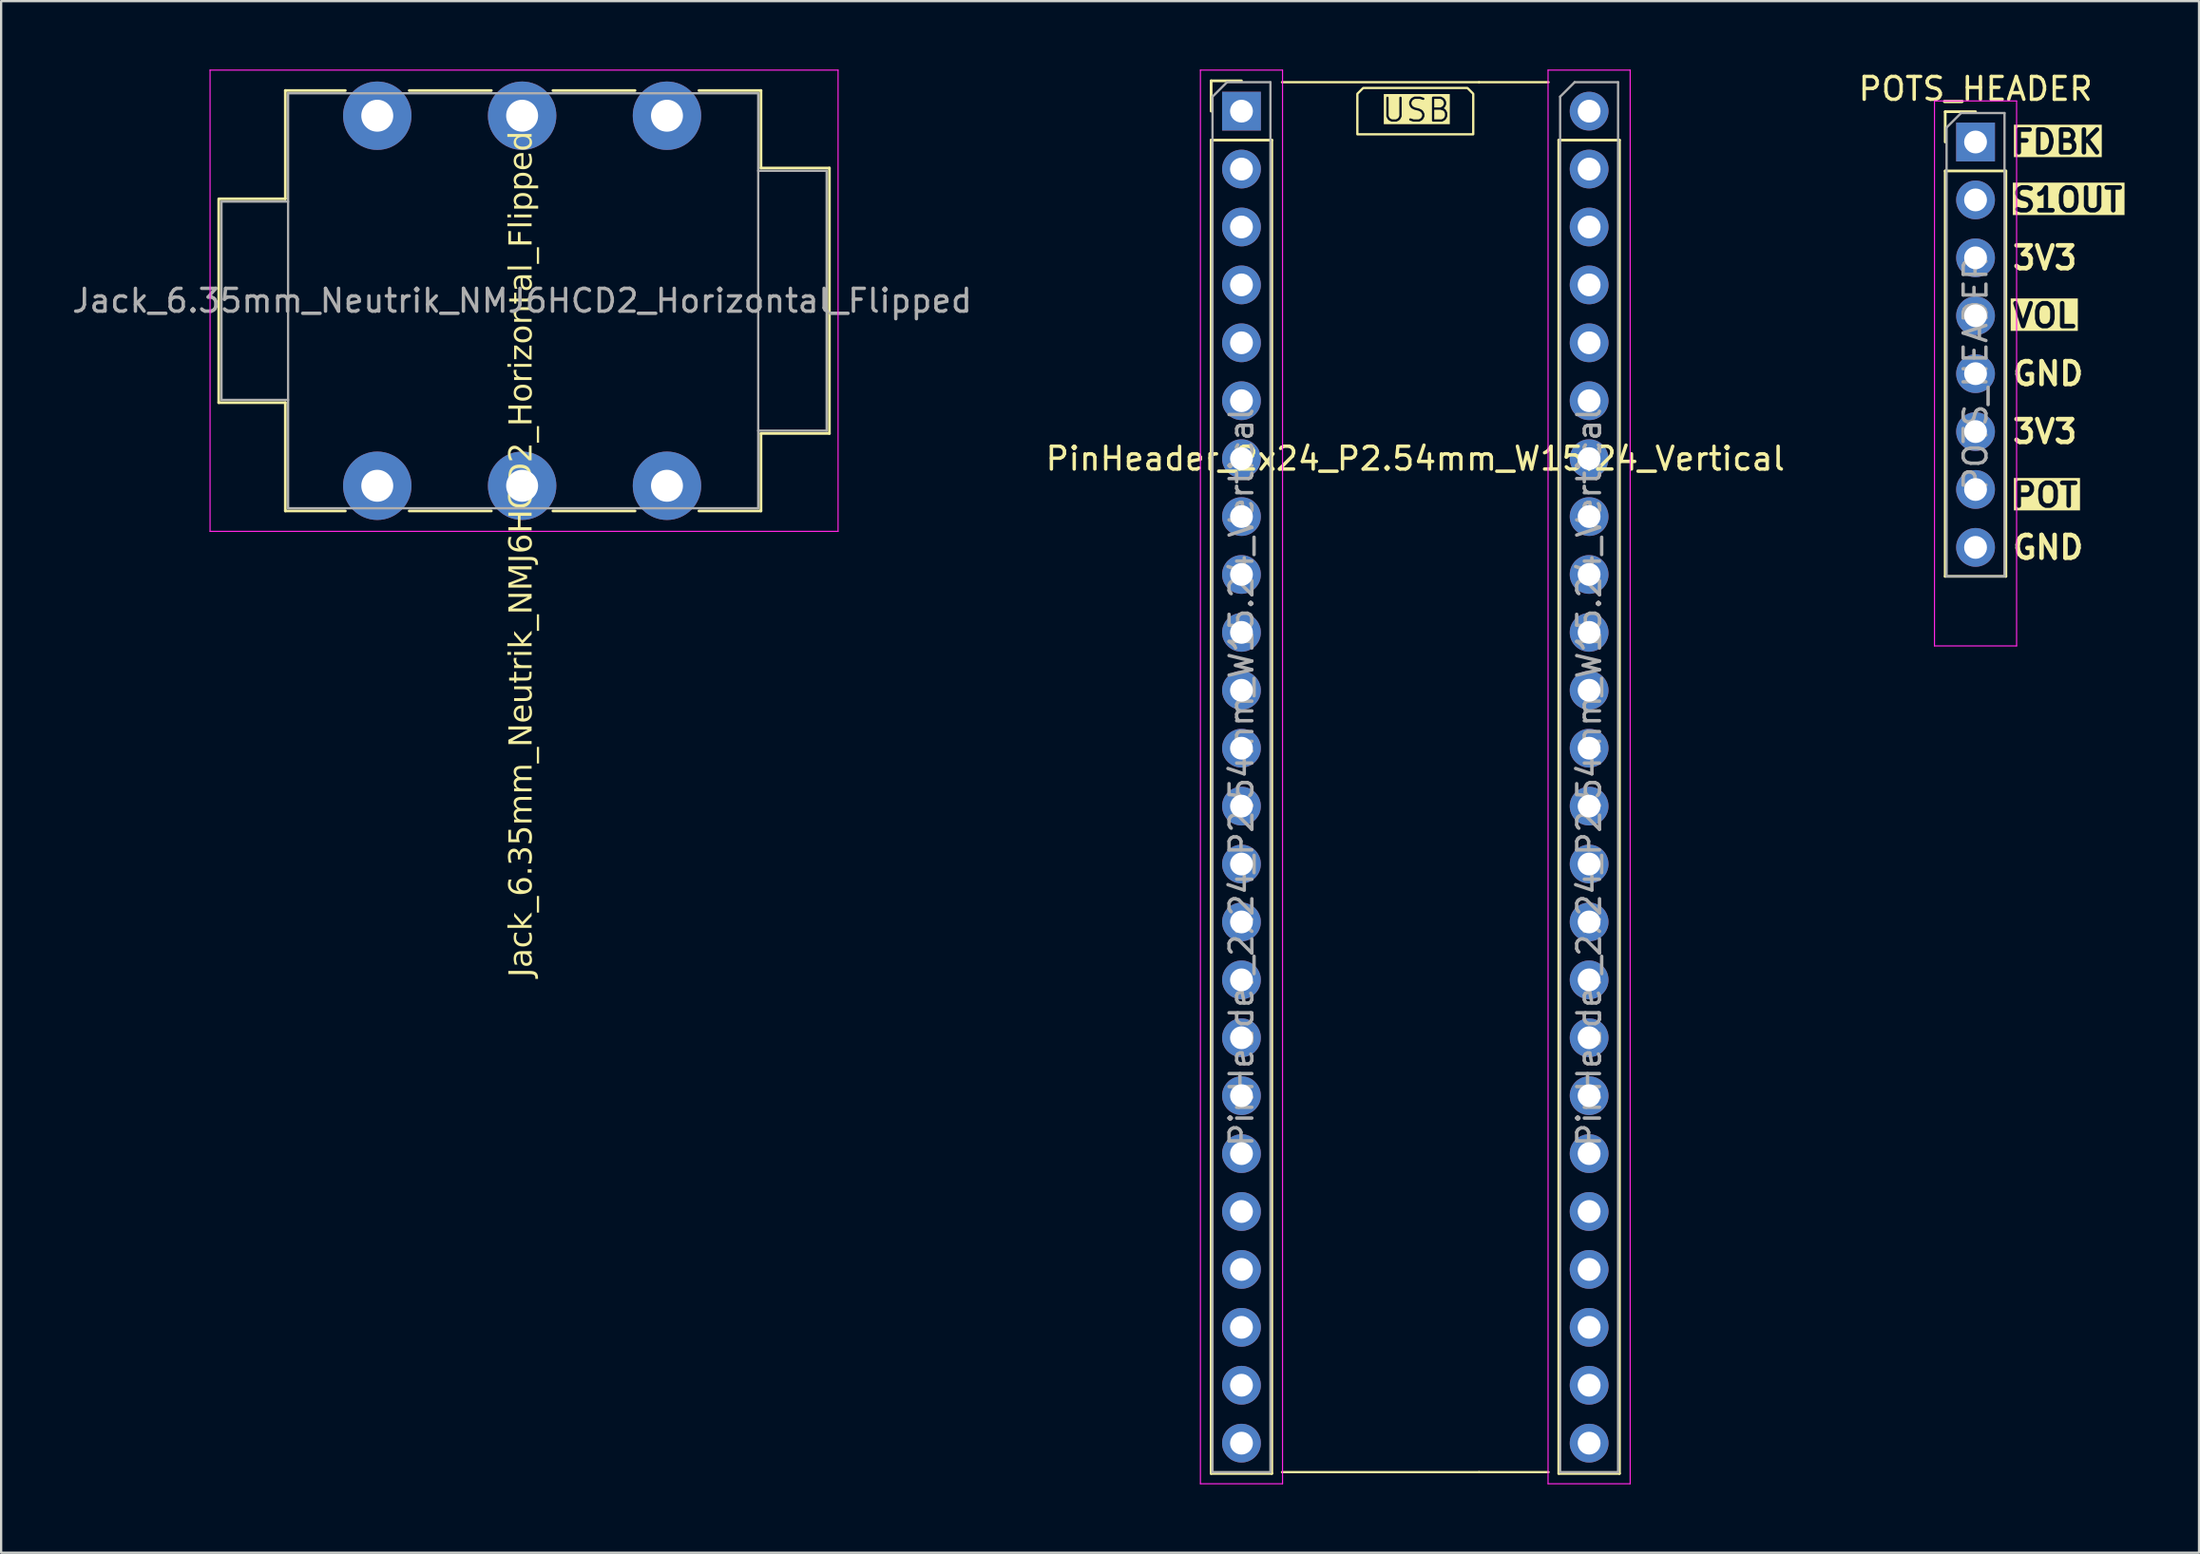
<source format=kicad_pcb>
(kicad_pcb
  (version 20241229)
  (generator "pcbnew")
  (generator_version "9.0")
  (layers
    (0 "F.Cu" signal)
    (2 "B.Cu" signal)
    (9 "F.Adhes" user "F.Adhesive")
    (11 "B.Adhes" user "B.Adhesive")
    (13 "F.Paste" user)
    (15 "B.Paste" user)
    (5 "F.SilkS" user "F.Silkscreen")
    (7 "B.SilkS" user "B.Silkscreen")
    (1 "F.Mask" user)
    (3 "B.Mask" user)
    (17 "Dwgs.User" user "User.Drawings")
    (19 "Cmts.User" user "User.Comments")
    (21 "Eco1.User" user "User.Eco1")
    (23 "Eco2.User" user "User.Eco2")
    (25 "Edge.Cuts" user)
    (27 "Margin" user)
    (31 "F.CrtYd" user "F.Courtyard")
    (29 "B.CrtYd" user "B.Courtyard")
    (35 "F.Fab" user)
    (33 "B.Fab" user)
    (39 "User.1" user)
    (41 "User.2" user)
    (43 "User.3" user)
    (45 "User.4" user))
  (footprint "POTS_HEADER"
    (layer "F.Cu")
    (at 83.554 3.178)
    (property "Reference" "POTS_HEADER" (at 0 -2.33 0) (layer "F.SilkS") (effects (font (size 1 1) (thickness 0.15))))
    (attr through_hole)
    (fp_line (start -1.33 -1.33) (end 0 -1.33) (stroke (width 0.12) (type solid)) (layer "F.SilkS"))
    (fp_line (start -1.33 0) (end -1.33 -1.33) (stroke (width 0.12) (type solid)) (layer "F.SilkS"))
    (fp_line (start -1.33 1.27) (end -1.33 19.05) (stroke (width 0.12) (type solid)) (layer "F.SilkS"))
    (fp_line (start -1.33 1.27) (end 1.33 1.27) (stroke (width 0.12) (type solid)) (layer "F.SilkS"))
    (fp_line (start -1.33 19.05) (end 1.33 19.05) (stroke (width 0.12) (type solid)) (layer "F.SilkS"))
    (fp_line (start 1.33 1.27) (end 1.33 19.05) (stroke (width 0.12) (type solid)) (layer "F.SilkS"))
    (fp_line (start -1.8 -1.8) (end -1.8 22.1) (stroke (width 0.05) (type solid)) (layer "F.CrtYd"))
    (fp_line (start -1.8 22.1) (end 1.8 22.1) (stroke (width 0.05) (type solid)) (layer "F.CrtYd"))
    (fp_line (start 1.8 -1.8) (end -1.8 -1.8) (stroke (width 0.05) (type solid)) (layer "F.CrtYd"))
    (fp_line (start 1.8 22.1) (end 1.8 -1.8) (stroke (width 0.05) (type solid)) (layer "F.CrtYd"))
    (fp_line (start -1.27 -0.635) (end -0.635 -1.27) (stroke (width 0.1) (type solid)) (layer "F.Fab"))
    (fp_line (start -1.27 19.05) (end -1.27 -0.635) (stroke (width 0.1) (type solid)) (layer "F.Fab"))
    (fp_line (start -0.635 -1.27) (end 1.27 -1.27) (stroke (width 0.1) (type solid)) (layer "F.Fab"))
    (fp_line (start 1.27 -1.27) (end 1.27 19.05) (stroke (width 0.1) (type solid)) (layer "F.Fab"))
    (fp_line (start 1.27 19.05) (end -1.27 19.05) (stroke (width 0.1) (type solid)) (layer "F.Fab"))
    (fp_text user "S1OUT" (at 1.524 2.54 0) (unlocked yes) (layer "F.SilkS" knockout) (effects (font (size 1 1) (thickness 0.2) (bold yes)) (justify left)))
    (fp_text user "FDBK" (at 1.524 0 0) (unlocked yes) (layer "F.SilkS" knockout) (effects (font (size 1 1) (thickness 0.2) (bold yes)) (justify left)))
    (fp_text user "GND" (at 1.524 10.16 0) (unlocked yes) (layer "F.SilkS") (effects (font (size 1 1) (thickness 0.2) (bold yes)) (justify left)))
    (fp_text user "GND" (at 1.524 17.78 0) (unlocked yes) (layer "F.SilkS") (effects (font (size 1 1) (thickness 0.2) (bold yes)) (justify left)))
    (fp_text user "3V3" (at 1.524 12.7 0) (unlocked yes) (layer "F.SilkS") (effects (font (size 1 1) (thickness 0.2) (bold yes)) (justify left)))
    (fp_text user "POT" (at 1.524 15.494 0) (unlocked yes) (layer "F.SilkS" knockout) (effects (font (size 1 1) (thickness 0.2) (bold yes)) (justify left)))
    (fp_text user "3V3" (at 1.524 5.08 0) (unlocked yes) (layer "F.SilkS") (effects (font (size 1 1) (thickness 0.2) (bold yes)) (justify left)))
    (fp_text user "VOL" (at 1.524 7.62 0) (unlocked yes) (layer "F.SilkS" knockout) (effects (font (size 1 1) (thickness 0.2) (bold yes)) (justify left)))
    (fp_text user "${REFERENCE}" (at 0 10.16 90) (layer "F.Fab") (effects (font (size 1 1) (thickness 0.15))))
    (pad "1" thru_hole rect (at 0 0) (size 1.7 1.7) (drill 1) (layers "*.Cu" "*.Mask"))
    (pad "2" thru_hole oval (at 0 2.54) (size 1.7 1.7) (drill 1) (layers "*.Cu" "*.Mask"))
    (pad "4" thru_hole oval (at 0 5.08) (size 1.7 1.7) (drill 1) (layers "*.Cu" "*.Mask"))
    (pad "5" thru_hole oval (at 0 7.62) (size 1.7 1.7) (drill 1) (layers "*.Cu" "*.Mask"))
    (pad "6" thru_hole oval (at 0 10.16) (size 1.7 1.7) (drill 1) (layers "*.Cu" "*.Mask"))
    (pad "7" thru_hole oval (at 0 12.7) (size 1.7 1.7) (drill 1) (layers "*.Cu" "*.Mask"))
    (pad "8" thru_hole oval (at 0 15.24) (size 1.7 1.7) (drill 1) (layers "*.Cu" "*.Mask"))
    (pad "9" thru_hole oval (at 0 17.78) (size 1.7 1.7) (drill 1) (layers "*.Cu" "*.Mask")))
  (footprint "PinHeader_2x24_P2.54mm_W15.24_Vertical"
    (layer "F.Cu")
    (at 51.374 1.825)
    (property "Reference" "PinHeader_2x24_P2.54mm_W15.24_Vertical" (at 7.62 15.24 0) (layer "F.SilkS") (effects (font (size 1 1) (thickness 0.15))))
    (attr through_hole)
    (fp_line (start -1.33 -1.33) (end 0 -1.33) (stroke (width 0.12) (type solid)) (layer "F.SilkS"))
    (fp_line (start -1.33 0) (end -1.33 -1.33) (stroke (width 0.12) (type solid)) (layer "F.SilkS"))
    (fp_line (start -1.33 1.27) (end -1.33 59.75) (stroke (width 0.12) (type solid)) (layer "F.SilkS"))
    (fp_line (start -1.33 1.27) (end 1.33 1.27) (stroke (width 0.12) (type solid)) (layer "F.SilkS"))
    (fp_line (start -1.33 59.75) (end 1.33 59.75) (stroke (width 0.12) (type solid)) (layer "F.SilkS"))
    (fp_line (start 1.33 1.27) (end 1.33 59.75) (stroke (width 0.12) (type solid)) (layer "F.SilkS"))
    (fp_line (start 1.778 -1.27) (end 10.414 -1.27) (stroke (width 0.1) (type default)) (layer "F.SilkS"))
    (fp_line (start 1.778 59.69) (end 10.414 59.69) (stroke (width 0.1) (type default)) (layer "F.SilkS"))
    (fp_line (start 10.414 -1.27) (end 13.462 -1.27) (stroke (width 0.1) (type default)) (layer "F.SilkS"))
    (fp_line (start 10.414 59.69) (end 13.462 59.69) (stroke (width 0.1) (type default)) (layer "F.SilkS"))
    (fp_line (start 13.91 1.27) (end 13.91 59.75) (stroke (width 0.12) (type solid)) (layer "F.SilkS"))
    (fp_line (start 13.91 1.27) (end 16.57 1.27) (stroke (width 0.12) (type solid)) (layer "F.SilkS"))
    (fp_line (start 13.91 59.75) (end 16.57 59.75) (stroke (width 0.12) (type solid)) (layer "F.SilkS"))
    (fp_line (start 16.57 1.27) (end 16.57 59.75) (stroke (width 0.12) (type solid)) (layer "F.SilkS"))
    (fp_poly (pts (xy 5.08 -0.762) (xy 5.334 -1.016) (xy 9.906 -1.016) (xy 10.16 -0.762) (xy 10.16 -0.254) (xy 10.16 1.016) (xy 5.08 1.016)) (stroke (width 0.1) (type solid)) (fill no) (layer "F.SilkS"))
    (fp_line (start -1.8 -1.8) (end -1.8 60.2) (stroke (width 0.05) (type solid)) (layer "F.CrtYd"))
    (fp_line (start -1.8 60.2) (end 1.8 60.2) (stroke (width 0.05) (type solid)) (layer "F.CrtYd"))
    (fp_line (start 1.8 -1.8) (end -1.8 -1.8) (stroke (width 0.05) (type solid)) (layer "F.CrtYd"))
    (fp_line (start 1.8 60.2) (end 1.8 -1.8) (stroke (width 0.05) (type solid)) (layer "F.CrtYd"))
    (fp_line (start 13.44 -1.8) (end 13.44 60.2) (stroke (width 0.05) (type solid)) (layer "F.CrtYd"))
    (fp_line (start 13.44 60.2) (end 17.04 60.2) (stroke (width 0.05) (type solid)) (layer "F.CrtYd"))
    (fp_line (start 17.04 -1.8) (end 13.44 -1.8) (stroke (width 0.05) (type solid)) (layer "F.CrtYd"))
    (fp_line (start 17.04 60.2) (end 17.04 -1.8) (stroke (width 0.05) (type solid)) (layer "F.CrtYd"))
    (fp_line (start -1.27 -0.635) (end -0.635 -1.27) (stroke (width 0.1) (type solid)) (layer "F.Fab"))
    (fp_line (start -1.27 59.69) (end -1.27 -0.635) (stroke (width 0.1) (type solid)) (layer "F.Fab"))
    (fp_line (start -0.635 -1.27) (end 1.27 -1.27) (stroke (width 0.1) (type solid)) (layer "F.Fab"))
    (fp_line (start 1.27 -1.27) (end 1.27 59.69) (stroke (width 0.1) (type solid)) (layer "F.Fab"))
    (fp_line (start 1.27 59.69) (end -1.27 59.69) (stroke (width 0.1) (type solid)) (layer "F.Fab"))
    (fp_line (start 13.97 -0.635) (end 14.605 -1.27) (stroke (width 0.1) (type solid)) (layer "F.Fab"))
    (fp_line (start 13.97 59.69) (end 13.97 -0.635) (stroke (width 0.1) (type solid)) (layer "F.Fab"))
    (fp_line (start 14.605 -1.27) (end 16.51 -1.27) (stroke (width 0.1) (type solid)) (layer "F.Fab"))
    (fp_line (start 16.51 -1.27) (end 16.51 59.69) (stroke (width 0.1) (type solid)) (layer "F.Fab"))
    (fp_line (start 16.51 59.69) (end 13.97 59.69) (stroke (width 0.1) (type solid)) (layer "F.Fab"))
    (fp_text user "USB" (at 6.096 0.539 0) (unlocked yes) (layer "F.SilkS" knockout) (effects (font (size 1 1) (thickness 0.1)) (justify left bottom)))
    (fp_text user "${REFERENCE}" (at 15.24 29.21 90) (layer "F.Fab") (effects (font (size 1 1) (thickness 0.15))))
    (fp_text user "${REFERENCE}" (at 0 29.21 90) (layer "F.Fab") (effects (font (size 1 1) (thickness 0.15))))
    (pad "1" thru_hole rect (at 0 0) (size 1.7 1.7) (drill 1) (layers "*.Cu" "*.Mask"))
    (pad "2" thru_hole oval (at 0 2.54) (size 1.7 1.7) (drill 1) (layers "*.Cu" "*.Mask"))
    (pad "3" thru_hole oval (at 0 5.08) (size 1.7 1.7) (drill 1) (layers "*.Cu" "*.Mask"))
    (pad "4" thru_hole oval (at 0 7.62) (size 1.7 1.7) (drill 1) (layers "*.Cu" "*.Mask"))
    (pad "5" thru_hole oval (at 0 10.16) (size 1.7 1.7) (drill 1) (layers "*.Cu" "*.Mask"))
    (pad "6" thru_hole oval (at 0 12.7) (size 1.7 1.7) (drill 1) (layers "*.Cu" "*.Mask"))
    (pad "7" thru_hole oval (at 0 15.24) (size 1.7 1.7) (drill 1) (layers "*.Cu" "*.Mask"))
    (pad "8" thru_hole oval (at 0 17.78) (size 1.7 1.7) (drill 1) (layers "*.Cu" "*.Mask"))
    (pad "9" thru_hole oval (at 0 20.32) (size 1.7 1.7) (drill 1) (layers "*.Cu" "*.Mask"))
    (pad "10" thru_hole oval (at 0 22.86) (size 1.7 1.7) (drill 1) (layers "*.Cu" "*.Mask"))
    (pad "11" thru_hole oval (at 0 25.4) (size 1.7 1.7) (drill 1) (layers "*.Cu" "*.Mask"))
    (pad "12" thru_hole oval (at 0 27.94) (size 1.7 1.7) (drill 1) (layers "*.Cu" "*.Mask"))
    (pad "13" thru_hole oval (at 0 30.48) (size 1.7 1.7) (drill 1) (layers "*.Cu" "*.Mask"))
    (pad "14" thru_hole oval (at 0 33.02) (size 1.7 1.7) (drill 1) (layers "*.Cu" "*.Mask"))
    (pad "15" thru_hole oval (at 0 35.56) (size 1.7 1.7) (drill 1) (layers "*.Cu" "*.Mask"))
    (pad "16" thru_hole oval (at 0 38.1) (size 1.7 1.7) (drill 1) (layers "*.Cu" "*.Mask"))
    (pad "17" thru_hole oval (at 0 40.64) (size 1.7 1.7) (drill 1) (layers "*.Cu" "*.Mask"))
    (pad "18" thru_hole oval (at 0 43.18) (size 1.7 1.7) (drill 1) (layers "*.Cu" "*.Mask"))
    (pad "19" thru_hole oval (at 0 45.72) (size 1.7 1.7) (drill 1) (layers "*.Cu" "*.Mask"))
    (pad "20" thru_hole oval (at 0 48.26) (size 1.7 1.7) (drill 1) (layers "*.Cu" "*.Mask"))
    (pad "21" thru_hole oval (at 0 50.8) (size 1.7 1.7) (drill 1) (layers "*.Cu" "*.Mask"))
    (pad "22" thru_hole oval (at 0 53.34) (size 1.7 1.7) (drill 1) (layers "*.Cu" "*.Mask"))
    (pad "23" thru_hole oval (at 0 55.88) (size 1.7 1.7) (drill 1) (layers "*.Cu" "*.Mask"))
    (pad "24" thru_hole oval (at 0 58.42) (size 1.7 1.7) (drill 1) (layers "*.Cu" "*.Mask"))
    (pad "25" thru_hole oval (at 15.24 58.42) (size 1.7 1.7) (drill 1) (layers "*.Cu" "*.Mask"))
    (pad "26" thru_hole oval (at 15.24 55.88) (size 1.7 1.7) (drill 1) (layers "*.Cu" "*.Mask"))
    (pad "27" thru_hole oval (at 15.24 53.34) (size 1.7 1.7) (drill 1) (layers "*.Cu" "*.Mask"))
    (pad "28" thru_hole oval (at 15.24 50.8) (size 1.7 1.7) (drill 1) (layers "*.Cu" "*.Mask"))
    (pad "29" thru_hole oval (at 15.24 48.26) (size 1.7 1.7) (drill 1) (layers "*.Cu" "*.Mask"))
    (pad "30" thru_hole oval (at 15.24 45.72) (size 1.7 1.7) (drill 1) (layers "*.Cu" "*.Mask"))
    (pad "31" thru_hole oval (at 15.24 43.18) (size 1.7 1.7) (drill 1) (layers "*.Cu" "*.Mask"))
    (pad "32" thru_hole oval (at 15.24 40.64) (size 1.7 1.7) (drill 1) (layers "*.Cu" "*.Mask"))
    (pad "33" thru_hole oval (at 15.24 38.1) (size 1.7 1.7) (drill 1) (layers "*.Cu" "*.Mask"))
    (pad "34" thru_hole oval (at 15.24 35.56) (size 1.7 1.7) (drill 1) (layers "*.Cu" "*.Mask"))
    (pad "35" thru_hole oval (at 15.24 33.02) (size 1.7 1.7) (drill 1) (layers "*.Cu" "*.Mask"))
    (pad "36" thru_hole oval (at 15.24 30.48) (size 1.7 1.7) (drill 1) (layers "*.Cu" "*.Mask"))
    (pad "37" thru_hole oval (at 15.24 27.94) (size 1.7 1.7) (drill 1) (layers "*.Cu" "*.Mask"))
    (pad "38" thru_hole oval (at 15.24 25.4) (size 1.7 1.7) (drill 1) (layers "*.Cu" "*.Mask"))
    (pad "39" thru_hole oval (at 15.24 22.86) (size 1.7 1.7) (drill 1) (layers "*.Cu" "*.Mask"))
    (pad "40" thru_hole oval (at 15.24 20.32) (size 1.7 1.7) (drill 1) (layers "*.Cu" "*.Mask"))
    (pad "41" thru_hole oval (at 15.24 17.78) (size 1.7 1.7) (drill 1) (layers "*.Cu" "*.Mask"))
    (pad "42" thru_hole oval (at 15.24 15.24) (size 1.7 1.7) (drill 1) (layers "*.Cu" "*.Mask"))
    (pad "43" thru_hole oval (at 15.24 12.7) (size 1.7 1.7) (drill 1) (layers "*.Cu" "*.Mask"))
    (pad "44" thru_hole oval (at 15.24 10.16) (size 1.7 1.7) (drill 1) (layers "*.Cu" "*.Mask"))
    (pad "45" thru_hole oval (at 15.24 7.62) (size 1.7 1.7) (drill 1) (layers "*.Cu" "*.Mask"))
    (pad "46" thru_hole oval (at 15.24 5.08) (size 1.7 1.7) (drill 1) (layers "*.Cu" "*.Mask"))
    (pad "47" thru_hole oval (at 15.24 2.54) (size 1.7 1.7) (drill 1) (layers "*.Cu" "*.Mask"))
    (pad "48" thru_hole circle (at 15.24 0) (size 1.7 1.7) (drill 1) (layers "*.Cu" "*.Mask")))
  (footprint "Jack_6.35mm_Neutrik_NMJ6HCD2_Horizontal_Flipped"
    (layer "F.Cu")
    (at 13.489 2.055)
    (property "Reference" "Jack_6.35mm_Neutrik_NMJ6HCD2_Horizontal_Flipped" (at 6.35 19.2 270) (layer "F.SilkS") (effects (font (face "Tahoma") (size 1 1) (thickness 0.1))))
    (attr through_hole)
    (fp_line (start -6.95 3.615) (end -4.03 3.615) (stroke (width 0.12) (type solid)) (layer "F.SilkS"))
    (fp_line (start -6.95 3.655) (end -6.95 12.555) (stroke (width 0.12) (type solid)) (layer "F.SilkS"))
    (fp_line (start -6.95 12.555) (end -4.03 12.555) (stroke (width 0.12) (type solid)) (layer "F.SilkS"))
    (fp_line (start -4.03 -1.135) (end -4.03 3.615) (stroke (width 0.12) (type solid)) (layer "F.SilkS"))
    (fp_line (start -4.03 12.555) (end -4.03 17.305) (stroke (width 0.12) (type solid)) (layer "F.SilkS"))
    (fp_line (start -4.03 17.305) (end -1.4 17.305) (stroke (width 0.12) (type solid)) (layer "F.SilkS"))
    (fp_line (start -1.4 -1.135) (end -4.03 -1.135) (stroke (width 0.12) (type solid)) (layer "F.SilkS"))
    (fp_line (start 1.4 17.305) (end 5 17.305) (stroke (width 0.12) (type solid)) (layer "F.SilkS"))
    (fp_line (start 5 -1.135) (end 1.4 -1.135) (stroke (width 0.12) (type solid)) (layer "F.SilkS"))
    (fp_line (start 7.7 17.305) (end 11.3 17.305) (stroke (width 0.12) (type solid)) (layer "F.SilkS"))
    (fp_line (start 11.3 -1.135) (end 7.7 -1.135) (stroke (width 0.12) (type solid)) (layer "F.SilkS"))
    (fp_line (start 16.82 -1.135) (end 14.1 -1.135) (stroke (width 0.12) (type solid)) (layer "F.SilkS"))
    (fp_line (start 16.82 -1.135) (end 16.82 2.265) (stroke (width 0.12) (type solid)) (layer "F.SilkS"))
    (fp_line (start 16.82 2.265) (end 19.82 2.265) (stroke (width 0.12) (type solid)) (layer "F.SilkS"))
    (fp_line (start 16.82 13.905) (end 16.82 17.305) (stroke (width 0.12) (type solid)) (layer "F.SilkS"))
    (fp_line (start 16.82 13.905) (end 19.82 13.905) (stroke (width 0.12) (type solid)) (layer "F.SilkS"))
    (fp_line (start 16.82 17.305) (end 14.1 17.305) (stroke (width 0.12) (type solid)) (layer "F.SilkS"))
    (fp_line (start 19.82 2.265) (end 19.82 13.905) (stroke (width 0.12) (type solid)) (layer "F.SilkS"))
    (fp_line (start -7.33 -2.03) (end -7.33 18.2) (stroke (width 0.05) (type solid)) (layer "F.CrtYd"))
    (fp_line (start -7.33 -2.03) (end 20.2 -2.03) (stroke (width 0.05) (type solid)) (layer "F.CrtYd"))
    (fp_line (start 20.2 -2.03) (end 20.2 18.2) (stroke (width 0.05) (type solid)) (layer "F.CrtYd"))
    (fp_line (start 20.2 18.2) (end -7.33 18.2) (stroke (width 0.05) (type solid)) (layer "F.CrtYd"))
    (fp_line (start -6.83 3.735) (end -6.83 12.435) (stroke (width 0.1) (type solid)) (layer "F.Fab"))
    (fp_line (start -6.83 3.735) (end -3.91 3.735) (stroke (width 0.1) (type solid)) (layer "F.Fab"))
    (fp_line (start -6.83 12.435) (end -3.91 12.435) (stroke (width 0.1) (type solid)) (layer "F.Fab"))
    (fp_line (start -3.91 -1.015) (end -3.91 17.185) (stroke (width 0.1) (type solid)) (layer "F.Fab"))
    (fp_line (start 16.7 -1.015) (end -3.91 -1.015) (stroke (width 0.1) (type solid)) (layer "F.Fab"))
    (fp_line (start 16.7 -1.015) (end 16.7 17.185) (stroke (width 0.1) (type solid)) (layer "F.Fab"))
    (fp_line (start 16.7 17.185) (end -3.91 17.185) (stroke (width 0.1) (type solid)) (layer "F.Fab"))
    (fp_line (start 19.7 2.385) (end 16.7 2.385) (stroke (width 0.1) (type solid)) (layer "F.Fab"))
    (fp_line (start 19.7 2.385) (end 19.7 13.785) (stroke (width 0.1) (type solid)) (layer "F.Fab"))
    (fp_line (start 19.7 13.785) (end 16.7 13.785) (stroke (width 0.1) (type solid)) (layer "F.Fab"))
    (fp_text user "${REFERENCE}" (at 6.35 8.085 180) (layer "F.Fab") (effects (font (size 1 1) (thickness 0.15))))
    (pad "R" thru_hole circle (at 6.35 16.2) (size 3 3) (drill 1.4) (layers "*.Cu" "*.Mask"))
    (pad "RN" thru_hole circle (at 6.35 -0.03) (size 3 3) (drill 1.4) (layers "*.Cu" "*.Mask"))
    (pad "S" thru_hole circle (at 12.7 16.2) (size 3 3) (drill 1.4) (layers "*.Cu" "*.Mask"))
    (pad "SN" thru_hole circle (at 12.7 -0.03) (size 3 3) (drill 1.4) (layers "*.Cu" "*.Mask"))
    (pad "T" thru_hole circle (at 0 16.2) (size 3 3) (drill 1.4) (layers "*.Cu" "*.Mask"))
    (pad "TN" thru_hole circle (at 0 -0.03) (size 3 3) (drill 1.4) (layers "*.Cu" "*.Mask")))
  (gr_rect
    (start -3 -3)
    (end 93.351 65.05)
    (stroke (width 0.1) (type default))
    (fill no)
    (layer "Edge.Cuts")))
</source>
